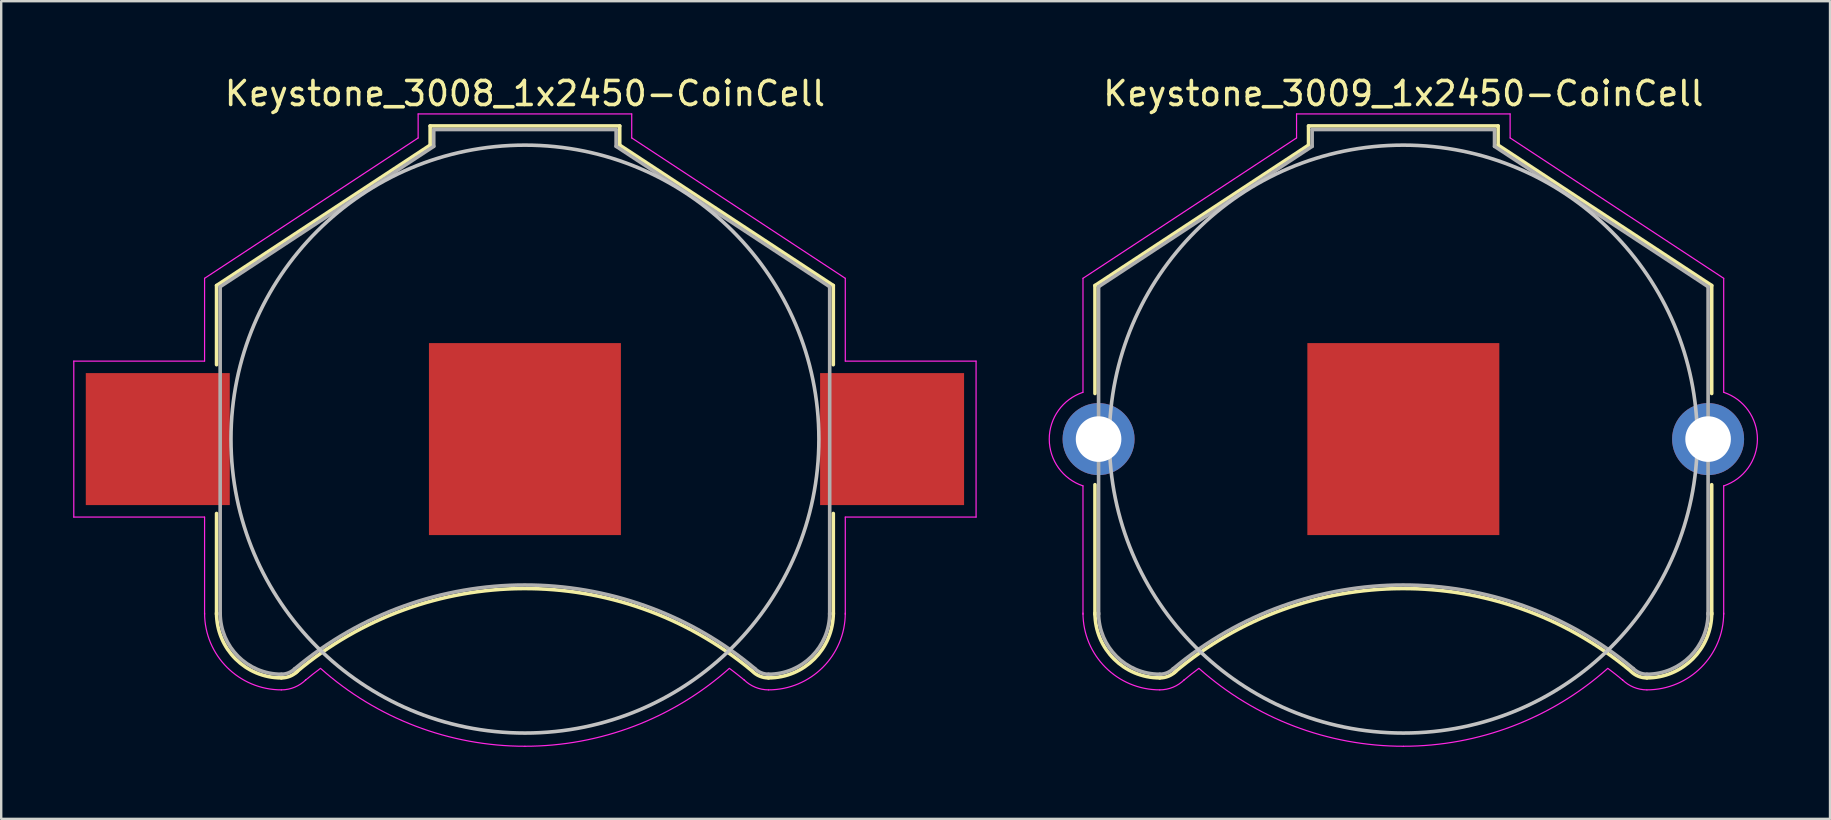
<source format=kicad_pcb>
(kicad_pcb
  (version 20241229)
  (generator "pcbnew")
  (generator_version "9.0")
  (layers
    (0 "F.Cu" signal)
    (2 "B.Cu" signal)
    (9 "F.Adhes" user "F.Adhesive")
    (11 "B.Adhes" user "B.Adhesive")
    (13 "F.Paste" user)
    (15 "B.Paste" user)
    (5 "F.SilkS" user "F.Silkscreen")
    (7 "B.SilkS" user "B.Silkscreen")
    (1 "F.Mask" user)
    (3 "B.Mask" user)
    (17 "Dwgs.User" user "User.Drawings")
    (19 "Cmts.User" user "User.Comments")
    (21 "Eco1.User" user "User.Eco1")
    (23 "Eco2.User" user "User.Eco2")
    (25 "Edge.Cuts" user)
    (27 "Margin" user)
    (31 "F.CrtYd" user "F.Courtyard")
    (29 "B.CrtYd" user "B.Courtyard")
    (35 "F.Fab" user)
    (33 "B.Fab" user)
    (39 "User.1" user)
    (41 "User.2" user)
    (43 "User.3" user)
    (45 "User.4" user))
  (footprint "Keystone_3009_1x2450-CoinCell"
    (layer "F.Cu")
    (at 55.43 15.248)
    (property "Reference" "Keystone_3009_1x2450-CoinCell" (at 0 -14.4 0) (layer "F.SilkS") (effects (font (size 1 1) (thickness 0.15))))
    (attr through_hole)
    (fp_line (start -12.85 -6.4) (end -12.85 -1.9) (stroke (width 0.15) (type solid)) (layer "F.SilkS"))
    (fp_line (start -12.85 1.9) (end -12.85 7.3) (stroke (width 0.15) (type solid)) (layer "F.SilkS"))
    (fp_line (start -3.95 -13.05) (end -3.95 -12.25) (stroke (width 0.15) (type solid)) (layer "F.SilkS"))
    (fp_line (start -3.95 -13.05) (end 3.95 -13.05) (stroke (width 0.15) (type solid)) (layer "F.SilkS"))
    (fp_line (start -3.95 -12.25) (end -12.85 -6.4) (stroke (width 0.15) (type solid)) (layer "F.SilkS"))
    (fp_line (start 3.95 -13.05) (end 3.95 -12.25) (stroke (width 0.15) (type solid)) (layer "F.SilkS"))
    (fp_line (start 3.95 -12.25) (end 12.85 -6.4) (stroke (width 0.15) (type solid)) (layer "F.SilkS"))
    (fp_line (start 12.85 -6.4) (end 12.85 -1.9) (stroke (width 0.15) (type solid)) (layer "F.SilkS"))
    (fp_line (start 12.85 1.9) (end 12.85 7.3) (stroke (width 0.15) (type solid)) (layer "F.SilkS"))
    (fp_arc (start -10.15 9.95) (mid -12.059188 9.159188) (end -12.85 7.25) (stroke (width 0.15) (type solid)) (layer "F.SilkS"))
    (fp_arc (start -9.55 9.73) (mid -0.071508 6.228057) (end 9.440443 9.638071) (stroke (width 0.15) (type solid)) (layer "F.SilkS"))
    (fp_arc (start -9.478249 9.671751) (mid -9.786451 9.877685) (end -10.15 9.95) (stroke (width 0.15) (type solid)) (layer "F.SilkS"))
    (fp_arc (start 10.15 9.95) (mid 9.786451 9.877686) (end 9.478249 9.671751) (stroke (width 0.15) (type solid)) (layer "F.SilkS"))
    (fp_arc (start 12.85 7.25) (mid 12.059188 9.159188) (end 10.15 9.95) (stroke (width 0.15) (type solid)) (layer "F.SilkS"))
    (fp_circle (center 0 0) (end 12.25 0) (stroke (width 0.15) (type solid)) (fill no) (layer "Dwgs.User"))
    (fp_line (start -13.35 -6.7) (end -13.35 -1.95) (stroke (width 0.05) (type solid)) (layer "F.CrtYd"))
    (fp_line (start -13.35 1.95) (end -13.35 7.3) (stroke (width 0.05) (type solid)) (layer "F.CrtYd"))
    (fp_line (start -4.45 -13.55) (end -4.45 -12.55) (stroke (width 0.05) (type solid)) (layer "F.CrtYd"))
    (fp_line (start -4.45 -13.55) (end 4.45 -13.55) (stroke (width 0.05) (type solid)) (layer "F.CrtYd"))
    (fp_line (start -4.45 -12.55) (end -13.35 -6.7) (stroke (width 0.05) (type solid)) (layer "F.CrtYd"))
    (fp_line (start 4.45 -13.55) (end 4.45 -12.55) (stroke (width 0.05) (type solid)) (layer "F.CrtYd"))
    (fp_line (start 4.45 -12.55) (end 13.35 -6.7) (stroke (width 0.05) (type solid)) (layer "F.CrtYd"))
    (fp_line (start 13.35 -6.7) (end 13.35 -1.95) (stroke (width 0.05) (type solid)) (layer "F.CrtYd"))
    (fp_line (start 13.35 1.95) (end 13.35 7.3) (stroke (width 0.05) (type solid)) (layer "F.CrtYd"))
    (fp_arc (start -13.35 1.95) (mid -14.755479 0.002334) (end -13.354426 -1.948519) (stroke (width 0.05) (type solid)) (layer "F.CrtYd"))
    (fp_arc (start -10.15 10.45) (mid -12.412742 9.512742) (end -13.35 7.25) (stroke (width 0.05) (type solid)) (layer "F.CrtYd"))
    (fp_arc (start -9.15 10.05) (mid -8.840691 9.798786) (end -8.524488 9.556307) (stroke (width 0.05) (type solid)) (layer "F.CrtYd"))
    (fp_arc (start -9.124695 10.025305) (mid -9.595109 10.339626) (end -10.15 10.45) (stroke (width 0.05) (type solid)) (layer "F.CrtYd"))
    (fp_arc (start 0 12.8) (mid -4.55581 11.961797) (end -8.514949 9.556969) (stroke (width 0.05) (type solid)) (layer "F.CrtYd"))
    (fp_arc (start 8.514949 9.556969) (mid 4.55581 11.961798) (end 0 12.8) (stroke (width 0.05) (type solid)) (layer "F.CrtYd"))
    (fp_arc (start 8.524488 9.556307) (mid 8.840691 9.798786) (end 9.15 10.05) (stroke (width 0.05) (type solid)) (layer "F.CrtYd"))
    (fp_arc (start 10.15 10.45) (mid 9.595109 10.339625) (end 9.124695 10.025305) (stroke (width 0.05) (type solid)) (layer "F.CrtYd"))
    (fp_arc (start 13.35 7.25) (mid 12.412742 9.512742) (end 10.15 10.45) (stroke (width 0.05) (type solid)) (layer "F.CrtYd"))
    (fp_arc (start 13.354426 -1.948519) (mid 14.755479 0.002334) (end 13.35 1.95) (stroke (width 0.05) (type solid)) (layer "F.CrtYd"))
    (fp_line (start -12.7 -6.35) (end -12.7 7.3) (stroke (width 0.15) (type solid)) (layer "F.Fab"))
    (fp_line (start -3.8 -12.9) (end -3.8 -12.2) (stroke (width 0.15) (type solid)) (layer "F.Fab"))
    (fp_line (start -3.8 -12.9) (end 3.8 -12.9) (stroke (width 0.15) (type solid)) (layer "F.Fab"))
    (fp_line (start -3.8 -12.2) (end -12.7 -6.35) (stroke (width 0.15) (type solid)) (layer "F.Fab"))
    (fp_line (start 3.8 -12.9) (end 3.8 -12.2) (stroke (width 0.15) (type solid)) (layer "F.Fab"))
    (fp_line (start 3.8 -12.2) (end 12.7 -6.35) (stroke (width 0.15) (type solid)) (layer "F.Fab"))
    (fp_line (start 12.7 -6.35) (end 12.7 7.3) (stroke (width 0.15) (type solid)) (layer "F.Fab"))
    (fp_arc (start -10.15 9.8) (mid -11.953122 9.053122) (end -12.7 7.25) (stroke (width 0.15) (type solid)) (layer "F.Fab"))
    (fp_arc (start -9.6 9.58) (mid -0.013392 6.081011) (end 9.579482 9.562783) (stroke (width 0.15) (type solid)) (layer "F.Fab"))
    (fp_arc (start -9.584315 9.565685) (mid -9.843853 9.739103) (end -10.15 9.8) (stroke (width 0.15) (type solid)) (layer "F.Fab"))
    (fp_arc (start 10.15 9.8) (mid 9.843853 9.739104) (end 9.584315 9.565685) (stroke (width 0.15) (type solid)) (layer "F.Fab"))
    (fp_arc (start 12.7 7.25) (mid 11.953122 9.053122) (end 10.15 9.8) (stroke (width 0.15) (type solid)) (layer "F.Fab"))
    (pad "1" thru_hole circle (at -12.7 0) (size 3 3) (drill 1.9) (layers "*.Cu" "*.Mask"))
    (pad "1" thru_hole circle (at 12.7 0) (size 3 3) (drill 1.9) (layers "*.Cu" "*.Mask"))
    (pad "2" smd rect (at 0 0) (size 8 8) (layers "F.Cu" "F.Mask" "F.Paste")))
  (footprint "Keystone_3008_1x2450-CoinCell"
    (layer "F.Cu")
    (at 18.825 15.248)
    (property "Reference" "Keystone_3008_1x2450-CoinCell" (at 0 -14.4 0) (layer "F.SilkS") (effects (font (size 1 1) (thickness 0.15))))
    (attr smd)
    (fp_line (start -12.85 -6.4) (end -12.85 -3.1) (stroke (width 0.15) (type solid)) (layer "F.SilkS"))
    (fp_line (start -12.85 3.1) (end -12.85 7.3) (stroke (width 0.15) (type solid)) (layer "F.SilkS"))
    (fp_line (start -3.95 -13.05) (end -3.95 -12.25) (stroke (width 0.15) (type solid)) (layer "F.SilkS"))
    (fp_line (start -3.95 -13.05) (end 3.95 -13.05) (stroke (width 0.15) (type solid)) (layer "F.SilkS"))
    (fp_line (start -3.95 -12.25) (end -12.85 -6.4) (stroke (width 0.15) (type solid)) (layer "F.SilkS"))
    (fp_line (start 3.95 -13.05) (end 3.95 -12.25) (stroke (width 0.15) (type solid)) (layer "F.SilkS"))
    (fp_line (start 3.95 -12.25) (end 12.85 -6.4) (stroke (width 0.15) (type solid)) (layer "F.SilkS"))
    (fp_line (start 12.85 -6.4) (end 12.85 -3.1) (stroke (width 0.15) (type solid)) (layer "F.SilkS"))
    (fp_line (start 12.85 3.1) (end 12.85 7.3) (stroke (width 0.15) (type solid)) (layer "F.SilkS"))
    (fp_arc (start -10.15 9.95) (mid -12.059188 9.159188) (end -12.85 7.25) (stroke (width 0.15) (type solid)) (layer "F.SilkS"))
    (fp_arc (start -9.55 9.73) (mid -0.071508 6.228057) (end 9.440443 9.638071) (stroke (width 0.15) (type solid)) (layer "F.SilkS"))
    (fp_arc (start -9.478249 9.671751) (mid -9.786451 9.877685) (end -10.15 9.95) (stroke (width 0.15) (type solid)) (layer "F.SilkS"))
    (fp_arc (start 10.15 9.95) (mid 9.786451 9.877686) (end 9.478249 9.671751) (stroke (width 0.15) (type solid)) (layer "F.SilkS"))
    (fp_arc (start 12.85 7.25) (mid 12.059188 9.159188) (end 10.15 9.95) (stroke (width 0.15) (type solid)) (layer "F.SilkS"))
    (fp_circle (center 0 0) (end 12.25 0) (stroke (width 0.15) (type solid)) (fill no) (layer "Dwgs.User"))
    (fp_line (start -18.8 -3.25) (end -18.8 3.25) (stroke (width 0.05) (type solid)) (layer "F.CrtYd"))
    (fp_line (start -18.8 3.25) (end -13.35 3.25) (stroke (width 0.05) (type solid)) (layer "F.CrtYd"))
    (fp_line (start -13.35 -6.7) (end -13.35 -3.25) (stroke (width 0.05) (type solid)) (layer "F.CrtYd"))
    (fp_line (start -13.35 -3.25) (end -18.8 -3.25) (stroke (width 0.05) (type solid)) (layer "F.CrtYd"))
    (fp_line (start -13.35 3.25) (end -13.35 7.3) (stroke (width 0.05) (type solid)) (layer "F.CrtYd"))
    (fp_line (start -4.45 -13.55) (end -4.45 -12.55) (stroke (width 0.05) (type solid)) (layer "F.CrtYd"))
    (fp_line (start -4.45 -13.55) (end 4.45 -13.55) (stroke (width 0.05) (type solid)) (layer "F.CrtYd"))
    (fp_line (start -4.45 -12.55) (end -13.35 -6.7) (stroke (width 0.05) (type solid)) (layer "F.CrtYd"))
    (fp_line (start 4.45 -13.55) (end 4.45 -12.55) (stroke (width 0.05) (type solid)) (layer "F.CrtYd"))
    (fp_line (start 4.45 -12.55) (end 13.35 -6.7) (stroke (width 0.05) (type solid)) (layer "F.CrtYd"))
    (fp_line (start 13.35 -6.7) (end 13.35 -3.25) (stroke (width 0.05) (type solid)) (layer "F.CrtYd"))
    (fp_line (start 13.35 -3.25) (end 18.8 -3.25) (stroke (width 0.05) (type solid)) (layer "F.CrtYd"))
    (fp_line (start 13.35 3.25) (end 13.35 7.3) (stroke (width 0.05) (type solid)) (layer "F.CrtYd"))
    (fp_line (start 18.8 -3.25) (end 18.8 3.25) (stroke (width 0.05) (type solid)) (layer "F.CrtYd"))
    (fp_line (start 18.8 3.25) (end 13.35 3.25) (stroke (width 0.05) (type solid)) (layer "F.CrtYd"))
    (fp_arc (start -10.15 10.45) (mid -12.412742 9.512742) (end -13.35 7.25) (stroke (width 0.05) (type solid)) (layer "F.CrtYd"))
    (fp_arc (start -9.15 10.05) (mid -8.840691 9.798786) (end -8.524488 9.556307) (stroke (width 0.05) (type solid)) (layer "F.CrtYd"))
    (fp_arc (start -9.124695 10.025305) (mid -9.595109 10.339626) (end -10.15 10.45) (stroke (width 0.05) (type solid)) (layer "F.CrtYd"))
    (fp_arc (start 0 12.8) (mid -4.55581 11.961797) (end -8.514949 9.556969) (stroke (width 0.05) (type solid)) (layer "F.CrtYd"))
    (fp_arc (start 8.514949 9.556969) (mid 4.55581 11.961798) (end 0 12.8) (stroke (width 0.05) (type solid)) (layer "F.CrtYd"))
    (fp_arc (start 8.524488 9.556307) (mid 8.840691 9.798786) (end 9.15 10.05) (stroke (width 0.05) (type solid)) (layer "F.CrtYd"))
    (fp_arc (start 10.15 10.45) (mid 9.595109 10.339625) (end 9.124695 10.025305) (stroke (width 0.05) (type solid)) (layer "F.CrtYd"))
    (fp_arc (start 13.35 7.25) (mid 12.412742 9.512742) (end 10.15 10.45) (stroke (width 0.05) (type solid)) (layer "F.CrtYd"))
    (fp_line (start -12.7 -6.35) (end -12.7 7.3) (stroke (width 0.15) (type solid)) (layer "F.Fab"))
    (fp_line (start -3.8 -12.9) (end -3.8 -12.2) (stroke (width 0.15) (type solid)) (layer "F.Fab"))
    (fp_line (start -3.8 -12.9) (end 3.8 -12.9) (stroke (width 0.15) (type solid)) (layer "F.Fab"))
    (fp_line (start -3.8 -12.2) (end -12.7 -6.35) (stroke (width 0.15) (type solid)) (layer "F.Fab"))
    (fp_line (start 3.8 -12.9) (end 3.8 -12.2) (stroke (width 0.15) (type solid)) (layer "F.Fab"))
    (fp_line (start 3.8 -12.2) (end 12.7 -6.35) (stroke (width 0.15) (type solid)) (layer "F.Fab"))
    (fp_line (start 12.7 -6.35) (end 12.7 7.3) (stroke (width 0.15) (type solid)) (layer "F.Fab"))
    (fp_arc (start -10.15 9.8) (mid -11.953122 9.053122) (end -12.7 7.25) (stroke (width 0.15) (type solid)) (layer "F.Fab"))
    (fp_arc (start -9.6 9.58) (mid -0.013392 6.081011) (end 9.579482 9.562783) (stroke (width 0.15) (type solid)) (layer "F.Fab"))
    (fp_arc (start -9.584315 9.565685) (mid -9.843853 9.739103) (end -10.15 9.8) (stroke (width 0.15) (type solid)) (layer "F.Fab"))
    (fp_arc (start 10.15 9.8) (mid 9.843853 9.739104) (end 9.584315 9.565685) (stroke (width 0.15) (type solid)) (layer "F.Fab"))
    (fp_arc (start 12.7 7.25) (mid 11.953122 9.053122) (end 10.15 9.8) (stroke (width 0.15) (type solid)) (layer "F.Fab"))
    (pad "1" smd rect (at -15.3 0) (size 6 5.5) (layers "F.Cu" "F.Mask" "F.Paste"))
    (pad "1" smd rect (at 15.3 0) (size 6 5.5) (layers "F.Cu" "F.Mask" "F.Paste"))
    (pad "2" smd rect (at 0 0) (size 8 8) (layers "F.Cu" "F.Mask" "F.Paste")))
  (gr_rect
    (start -3 -3)
    (end 73.211 31.073)
    (stroke (width 0.1) (type default))
    (fill no)
    (layer "Edge.Cuts")))
</source>
